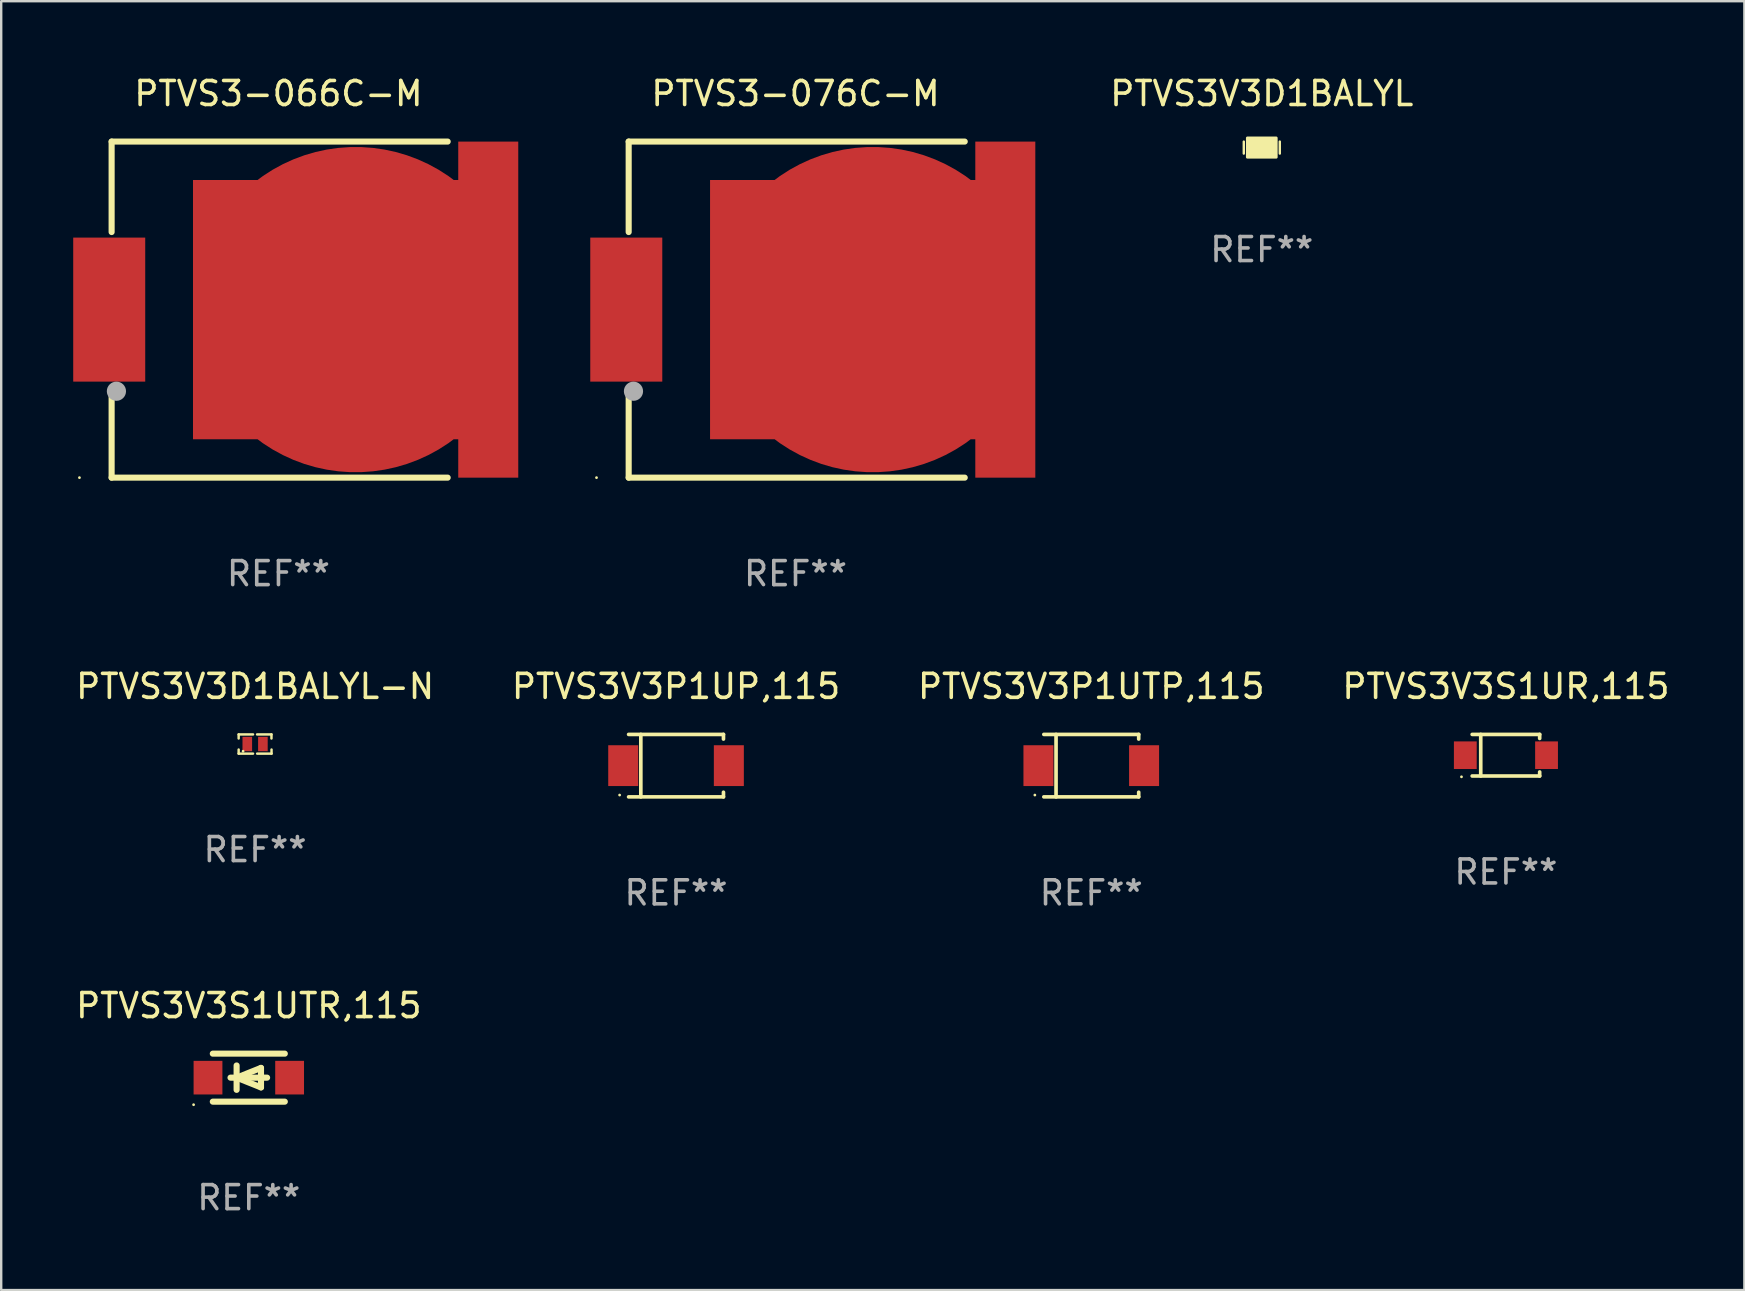
<source format=kicad_pcb>
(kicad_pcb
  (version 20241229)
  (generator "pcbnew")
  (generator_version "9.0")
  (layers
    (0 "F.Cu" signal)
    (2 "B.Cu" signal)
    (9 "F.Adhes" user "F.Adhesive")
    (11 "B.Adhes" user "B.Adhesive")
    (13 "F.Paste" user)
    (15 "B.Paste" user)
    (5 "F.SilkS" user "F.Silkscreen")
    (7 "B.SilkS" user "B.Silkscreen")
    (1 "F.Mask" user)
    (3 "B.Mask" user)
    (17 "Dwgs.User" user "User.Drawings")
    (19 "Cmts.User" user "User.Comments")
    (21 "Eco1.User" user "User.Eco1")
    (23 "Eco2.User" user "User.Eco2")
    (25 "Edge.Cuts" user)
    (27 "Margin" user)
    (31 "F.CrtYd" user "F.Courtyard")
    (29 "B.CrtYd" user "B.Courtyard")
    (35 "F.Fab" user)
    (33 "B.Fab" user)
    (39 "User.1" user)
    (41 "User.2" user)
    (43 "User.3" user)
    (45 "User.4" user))
  (footprint "PTVS3V3D1BALYL"
    (layer "F.Cu")
    (at 49.515 3.098)
    (property "Reference" "PTVS3V3D1BALYL" (at 0 -2.25 0) (layer "F.SilkS") (effects (font (size 1 1) (thickness 0.15))))
    (attr through_hole)
    (fp_line (start -0.75 0.25) (end -0.75 -0.25) (stroke (width 0.1) (type solid)) (layer "F.SilkS"))
    (fp_line (start 0.75 -0.25) (end 0.75 0.25) (stroke (width 0.1) (type solid)) (layer "F.SilkS"))
    (fp_circle (center -0.5 0.3) (end -0.47 0.3) (stroke (width 0.06) (type solid)) (fill no) (layer "F.SilkS"))
    (fp_poly (pts (xy -0.6 -0.4) (xy 0.6 -0.4) (xy 0.6 0.4) (xy -0.6 0.4)) (stroke (width 0.12) (type solid)) (fill yes) (layer "F.SilkS"))
    (fp_text user "REF**" (at 0 4.25 0) (layer "F.Fab") (effects (font (size 1 1) (thickness 0.15))))
    (pad "1" smd rect (at -0.325 -0.000013) (size 0.3 0.6) (layers "F.Cu" "F.Mask" "F.Paste"))
    (pad "2" smd rect (at 0.325 -0.000013) (size 0.3 0.6) (layers "F.Cu" "F.Mask" "F.Paste")))
  (footprint "PTVS3V3P1UTP,115"
    (layer "F.Cu")
    (at 42.411 28.846)
    (property "Reference" "PTVS3V3P1UTP,115" (at 0 -3.301 0) (layer "F.SilkS") (effects (font (size 1 1) (thickness 0.15))))
    (attr through_hole)
    (fp_line (start -1.976 -1.301) (end 1.976 -1.301) (stroke (width 0.152) (type solid)) (layer "F.SilkS"))
    (fp_line (start -1.976 1.301) (end 1.976 1.301) (stroke (width 0.152) (type solid)) (layer "F.SilkS"))
    (fp_line (start -1.467 -1.301) (end -1.467 1.301) (stroke (width 0.152) (type solid)) (layer "F.SilkS"))
    (fp_line (start 1.976 -1.301) (end 1.976 -1.108) (stroke (width 0.152) (type solid)) (layer "F.SilkS"))
    (fp_line (start 1.976 1.301) (end 1.976 1.108) (stroke (width 0.152) (type solid)) (layer "F.SilkS"))
    (fp_circle (center -2.35 1.225) (end -2.32 1.225) (stroke (width 0.06) (type solid)) (fill no) (layer "F.SilkS"))
    (fp_text user "REF**" (at 0 5.301 0) (layer "F.Fab") (effects (font (size 1 1) (thickness 0.15))))
    (pad "1" smd rect (at -2.2 0 180) (size 1.25 1.7) (layers "F.Cu" "F.Mask" "F.Paste"))
    (pad "2" smd rect (at 2.2 0 180) (size 1.25 1.7) (layers "F.Cu" "F.Mask" "F.Paste")))
  (footprint "PTVS3V3P1UP,115"
    (layer "F.Cu")
    (at 25.113 28.846)
    (property "Reference" "PTVS3V3P1UP,115" (at 0 -3.301 0) (layer "F.SilkS") (effects (font (size 1 1) (thickness 0.15))))
    (attr through_hole)
    (fp_line (start -1.976 -1.301) (end 1.976 -1.301) (stroke (width 0.152) (type solid)) (layer "F.SilkS"))
    (fp_line (start -1.976 1.301) (end 1.976 1.301) (stroke (width 0.152) (type solid)) (layer "F.SilkS"))
    (fp_line (start -1.467 -1.301) (end -1.467 1.301) (stroke (width 0.152) (type solid)) (layer "F.SilkS"))
    (fp_line (start 1.976 -1.301) (end 1.976 -1.108) (stroke (width 0.152) (type solid)) (layer "F.SilkS"))
    (fp_line (start 1.976 1.301) (end 1.976 1.108) (stroke (width 0.152) (type solid)) (layer "F.SilkS"))
    (fp_circle (center -2.35 1.225) (end -2.32 1.225) (stroke (width 0.06) (type solid)) (fill no) (layer "F.SilkS"))
    (fp_text user "REF**" (at 0 5.301 0) (layer "F.Fab") (effects (font (size 1 1) (thickness 0.15))))
    (pad "1" smd rect (at -2.2 0 180) (size 1.25 1.7) (layers "F.Cu" "F.Mask" "F.Paste"))
    (pad "2" smd rect (at 2.2 0 180) (size 1.25 1.7) (layers "F.Cu" "F.Mask" "F.Paste")))
  (footprint "PTVS3-066C-M"
    (layer "F.Cu")
    (at 8.55 9.848)
    (property "Reference" "PTVS3-066C-M" (at 0 -9 0) (layer "F.SilkS") (effects (font (size 1 1) (thickness 0.15))))
    (attr through_hole)
    (fp_line (start -6.95 -7) (end 7.05 -7) (stroke (width 0.254) (type solid)) (layer "F.SilkS"))
    (fp_line (start -6.95 -3.231) (end -6.95 -7) (stroke (width 0.254) (type solid)) (layer "F.SilkS"))
    (fp_line (start -6.95 3.4) (end -6.95 7) (stroke (width 0.254) (type solid)) (layer "F.SilkS"))
    (fp_line (start -6.95 7) (end 7.05 7) (stroke (width 0.254) (type solid)) (layer "F.SilkS"))
    (fp_circle (center -8.29 7) (end -8.26 7) (stroke (width 0.06) (type solid)) (fill no) (layer "F.SilkS"))
    (fp_circle (center -6.75 3.4) (end -6.55 3.4) (stroke (width 0.4) (type solid)) (fill no) (layer "F.Fab"))
    (fp_text user "REF**" (at 0 11 0) (layer "F.Fab") (effects (font (size 1 1) (thickness 0.15))))
    (pad "1" smd rect (at -7.05 0) (size 3 6) (layers "F.Cu" "F.Mask" "F.Paste"))
    (pad "2" smd custom (at 3.215 0) (size 13.55 14) (layers "F.Cu" "F.Mask" "F.Paste") (options (anchor circle)) (primitives (gr_poly (pts (xy 4.275 -7) (xy 6.775 -7) (xy 6.775 7) (xy 4.275 7) (xy 4.275 5.4) (xy -6.775 5.4) (xy -6.775 -5.4) (xy 4.275 -5.4)) (width 0) (fill yes)))))
  (footprint "PTVS3V3S1UTR,115"
    (layer "F.Cu")
    (at 7.315 41.844)
    (property "Reference" "PTVS3V3S1UTR,115" (at 0 -3 0) (layer "F.SilkS") (effects (font (size 1 1) (thickness 0.15))))
    (attr through_hole)
    (fp_line (start -1.5 -1) (end 1.5 -1) (stroke (width 0.254) (type solid)) (layer "F.SilkS"))
    (fp_line (start -1.5 1) (end 1.5 1) (stroke (width 0.254) (type solid)) (layer "F.SilkS"))
    (fp_line (start -0.762 0) (end 0.762 0) (stroke (width 0.254) (type solid)) (layer "F.SilkS"))
    (fp_line (start -0.508 -0.508) (end -0.508 0.508) (stroke (width 0.254) (type solid)) (layer "F.SilkS"))
    (fp_line (start -0.508 0) (end 0.508 -0.406) (stroke (width 0.254) (type solid)) (layer "F.SilkS"))
    (fp_line (start 0.508 -0.406) (end 0.508 0.406) (stroke (width 0.254) (type solid)) (layer "F.SilkS"))
    (fp_line (start 0.508 0.406) (end -0.508 0) (stroke (width 0.254) (type solid)) (layer "F.SilkS"))
    (fp_circle (center -2.3 1.127) (end -2.27 1.127) (stroke (width 0.06) (type solid)) (fill no) (layer "F.SilkS"))
    (fp_text user "REF**" (at 0 5 0) (layer "F.Fab") (effects (font (size 1 1) (thickness 0.15))))
    (pad "1" smd rect (at -1.7 0) (size 1.2 1.4) (layers "F.Cu" "F.Mask" "F.Paste"))
    (pad "2" smd rect (at 1.7 0) (size 1.2 1.4) (layers "F.Cu" "F.Mask" "F.Paste")))
  (footprint "PTVS3V3S1UR,115"
    (layer "F.Cu")
    (at 59.685 28.411)
    (property "Reference" "PTVS3V3S1UR,115" (at 0 -2.866 0) (layer "F.SilkS") (effects (font (size 1 1) (thickness 0.15))))
    (attr through_hole)
    (fp_line (start -1.406 -0.866) (end 1.406 -0.866) (stroke (width 0.152) (type solid)) (layer "F.SilkS"))
    (fp_line (start -1.406 0.866) (end 1.406 0.866) (stroke (width 0.152) (type solid)) (layer "F.SilkS"))
    (fp_line (start -1.049 -0.866) (end -1.049 0.866) (stroke (width 0.152) (type solid)) (layer "F.SilkS"))
    (fp_line (start 1.406 -0.866) (end 1.406 -0.698) (stroke (width 0.152) (type solid)) (layer "F.SilkS"))
    (fp_line (start 1.406 0.866) (end 1.406 0.698) (stroke (width 0.152) (type solid)) (layer "F.SilkS"))
    (fp_circle (center -1.851 0.9) (end -1.821 0.9) (stroke (width 0.06) (type solid)) (fill no) (layer "F.SilkS"))
    (fp_text user "REF**" (at 0 4.866 0) (layer "F.Fab") (effects (font (size 1 1) (thickness 0.15))))
    (pad "1" smd rect (at -1.692 0) (size 0.95 1.15) (layers "F.Cu" "F.Mask" "F.Paste"))
    (pad "2" smd rect (at 1.692 0) (size 0.95 1.15) (layers "F.Cu" "F.Mask" "F.Paste")))
  (footprint "PTVS3V3D1BALYL-N"
    (layer "F.Cu")
    (at 7.577 27.945)
    (property "Reference" "PTVS3V3D1BALYL-N" (at 0 -2.4 0) (layer "F.SilkS") (effects (font (size 1 1) (thickness 0.15))))
    (attr through_hole)
    (fp_line (start -0.685 -0.4) (end -0.685 -0.23) (stroke (width 0.102) (type solid)) (layer "F.SilkS"))
    (fp_line (start -0.685 0.4) (end -0.685 0.23) (stroke (width 0.102) (type solid)) (layer "F.SilkS"))
    (fp_line (start -0.085 -0.4) (end -0.685 -0.4) (stroke (width 0.102) (type solid)) (layer "F.SilkS"))
    (fp_line (start -0.085 0.4) (end -0.685 0.4) (stroke (width 0.102) (type solid)) (layer "F.SilkS"))
    (fp_line (start 0.082 -0.4) (end 0.682 -0.4) (stroke (width 0.102) (type solid)) (layer "F.SilkS"))
    (fp_line (start 0.085 0.4) (end 0.685 0.4) (stroke (width 0.102) (type solid)) (layer "F.SilkS"))
    (fp_line (start 0.682 -0.4) (end 0.682 -0.23) (stroke (width 0.102) (type solid)) (layer "F.SilkS"))
    (fp_line (start 0.685 0.4) (end 0.685 0.23) (stroke (width 0.102) (type solid)) (layer "F.SilkS"))
    (fp_circle (center -0.5 0.3) (end -0.47 0.3) (stroke (width 0.06) (type solid)) (fill no) (layer "F.SilkS"))
    (fp_text user "REF**" (at 0 4.4 0) (layer "F.Fab") (effects (font (size 1 1) (thickness 0.15))))
    (pad "1" smd rect (at -0.325 0) (size 0.4 0.6) (layers "F.Cu" "F.Mask" "F.Paste"))
    (pad "2" smd rect (at 0.325 0) (size 0.4 0.6) (layers "F.Cu" "F.Mask" "F.Paste")))
  (footprint "PTVS3-076C-M"
    (layer "F.Cu")
    (at 30.09 9.848)
    (property "Reference" "PTVS3-076C-M" (at 0 -9 0) (layer "F.SilkS") (effects (font (size 1 1) (thickness 0.15))))
    (attr through_hole)
    (fp_line (start -6.95 -7) (end 7.05 -7) (stroke (width 0.254) (type solid)) (layer "F.SilkS"))
    (fp_line (start -6.95 -3.231) (end -6.95 -7) (stroke (width 0.254) (type solid)) (layer "F.SilkS"))
    (fp_line (start -6.95 3.4) (end -6.95 7) (stroke (width 0.254) (type solid)) (layer "F.SilkS"))
    (fp_line (start -6.95 7) (end 7.05 7) (stroke (width 0.254) (type solid)) (layer "F.SilkS"))
    (fp_circle (center -8.29 7) (end -8.26 7) (stroke (width 0.06) (type solid)) (fill no) (layer "F.SilkS"))
    (fp_circle (center -6.75 3.4) (end -6.55 3.4) (stroke (width 0.4) (type solid)) (fill no) (layer "F.Fab"))
    (fp_text user "REF**" (at 0 11 0) (layer "F.Fab") (effects (font (size 1 1) (thickness 0.15))))
    (pad "1" smd rect (at -7.05 0) (size 3 6) (layers "F.Cu" "F.Mask" "F.Paste"))
    (pad "2" smd custom (at 3.215 0) (size 13.55 14) (layers "F.Cu" "F.Mask" "F.Paste") (options (anchor circle)) (primitives (gr_poly (pts (xy 4.275 -7) (xy 6.775 -7) (xy 6.775 7) (xy 4.275 7) (xy 4.275 5.4) (xy -6.775 5.4) (xy -6.775 -5.4) (xy 4.275 -5.4)) (width 0) (fill yes)))))
  (gr_rect
    (start -3 -3)
    (end 69.619 50.692)
    (stroke (width 0.1) (type default))
    (fill no)
    (layer "Edge.Cuts")))
</source>
